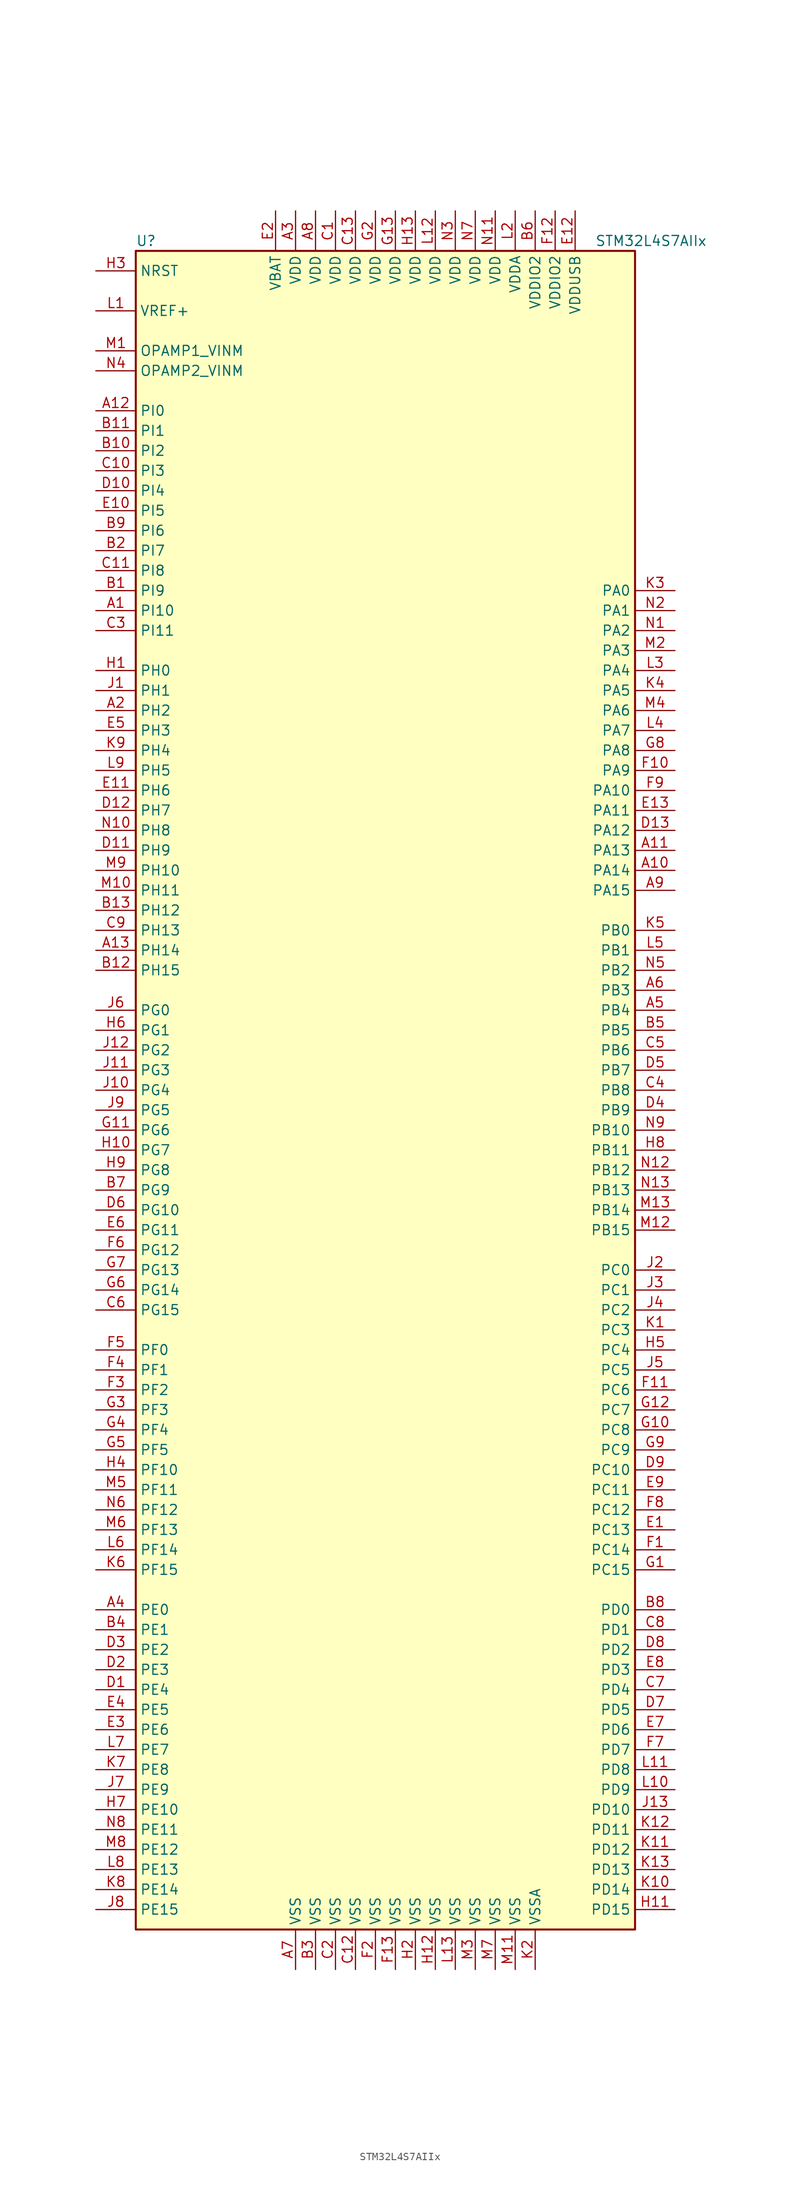
<source format=kicad_sym>
(kicad_symbol_lib
  (version 20201005)
  (generator kicad_symbol_editor)
  (symbol "STM32L4S7AIIx"
    (property "Reference" "U"
      (at -33.02 107.95 0)
      (effects (font (size 1.27 1.27)) (justify left)))
    (property "Value" "STM32L4S7AIIx"
      (at 25.4 107.95 0)
      (effects (font (size 1.27 1.27)) (justify left)))
    (symbol "STM32L4S7AIIx_0_1"
      (rectangle (start -33.02 -106.68) (end 30.48 106.68) (stroke (width 0.254)) (fill (type background))))
    (symbol "STM32L4S7AIIx_1_1"
      (pin bidirectional line (at -38.1 60.96 0) (length 5.08) (name "PI10" (effects (font (size 1.27 1.27)))) (number "A1" (effects (font (size 1.27 1.27)))))
      (pin bidirectional line (at 35.56 27.94 180) (length 5.08) (name "PA14" (effects (font (size 1.27 1.27)))) (number "A10" (effects (font (size 1.27 1.27)))))
      (pin bidirectional line (at 35.56 30.48 180) (length 5.08) (name "PA13" (effects (font (size 1.27 1.27)))) (number "A11" (effects (font (size 1.27 1.27)))))
      (pin bidirectional line (at -38.1 86.36 0) (length 5.08) (name "PI0" (effects (font (size 1.27 1.27)))) (number "A12" (effects (font (size 1.27 1.27)))))
      (pin bidirectional line (at -38.1 17.78 0) (length 5.08) (name "PH14" (effects (font (size 1.27 1.27)))) (number "A13" (effects (font (size 1.27 1.27)))))
      (pin bidirectional line (at -38.1 48.26 0) (length 5.08) (name "PH2" (effects (font (size 1.27 1.27)))) (number "A2" (effects (font (size 1.27 1.27)))))
      (pin power_in line (at -12.7 111.76 270) (length 5.08) (name "VDD" (effects (font (size 1.27 1.27)))) (number "A3" (effects (font (size 1.27 1.27)))))
      (pin bidirectional line (at -38.1 -66.04 0) (length 5.08) (name "PE0" (effects (font (size 1.27 1.27)))) (number "A4" (effects (font (size 1.27 1.27)))))
      (pin bidirectional line (at 35.56 10.16 180) (length 5.08) (name "PB4" (effects (font (size 1.27 1.27)))) (number "A5" (effects (font (size 1.27 1.27)))))
      (pin bidirectional line (at 35.56 12.7 180) (length 5.08) (name "PB3" (effects (font (size 1.27 1.27)))) (number "A6" (effects (font (size 1.27 1.27)))))
      (pin power_in line (at -12.7 -111.76 90) (length 5.08) (name "VSS" (effects (font (size 1.27 1.27)))) (number "A7" (effects (font (size 1.27 1.27)))))
      (pin power_in line (at -10.16 111.76 270) (length 5.08) (name "VDD" (effects (font (size 1.27 1.27)))) (number "A8" (effects (font (size 1.27 1.27)))))
      (pin bidirectional line (at 35.56 25.4 180) (length 5.08) (name "PA15" (effects (font (size 1.27 1.27)))) (number "A9" (effects (font (size 1.27 1.27)))))
      (pin bidirectional line (at -38.1 63.5 0) (length 5.08) (name "PI9" (effects (font (size 1.27 1.27)))) (number "B1" (effects (font (size 1.27 1.27)))))
      (pin bidirectional line (at -38.1 81.28 0) (length 5.08) (name "PI2" (effects (font (size 1.27 1.27)))) (number "B10" (effects (font (size 1.27 1.27)))))
      (pin bidirectional line (at -38.1 83.82 0) (length 5.08) (name "PI1" (effects (font (size 1.27 1.27)))) (number "B11" (effects (font (size 1.27 1.27)))))
      (pin bidirectional line (at -38.1 15.24 0) (length 5.08) (name "PH15" (effects (font (size 1.27 1.27)))) (number "B12" (effects (font (size 1.27 1.27)))))
      (pin bidirectional line (at -38.1 22.86 0) (length 5.08) (name "PH12" (effects (font (size 1.27 1.27)))) (number "B13" (effects (font (size 1.27 1.27)))))
      (pin bidirectional line (at -38.1 68.58 0) (length 5.08) (name "PI7" (effects (font (size 1.27 1.27)))) (number "B2" (effects (font (size 1.27 1.27)))))
      (pin power_in line (at -10.16 -111.76 90) (length 5.08) (name "VSS" (effects (font (size 1.27 1.27)))) (number "B3" (effects (font (size 1.27 1.27)))))
      (pin bidirectional line (at -38.1 -68.58 0) (length 5.08) (name "PE1" (effects (font (size 1.27 1.27)))) (number "B4" (effects (font (size 1.27 1.27)))))
      (pin bidirectional line (at 35.56 7.62 180) (length 5.08) (name "PB5" (effects (font (size 1.27 1.27)))) (number "B5" (effects (font (size 1.27 1.27)))))
      (pin power_in line (at 17.78 111.76 270) (length 5.08) (name "VDDIO2" (effects (font (size 1.27 1.27)))) (number "B6" (effects (font (size 1.27 1.27)))))
      (pin bidirectional line (at -38.1 -12.7 0) (length 5.08) (name "PG9" (effects (font (size 1.27 1.27)))) (number "B7" (effects (font (size 1.27 1.27)))))
      (pin bidirectional line (at 35.56 -66.04 180) (length 5.08) (name "PD0" (effects (font (size 1.27 1.27)))) (number "B8" (effects (font (size 1.27 1.27)))))
      (pin bidirectional line (at -38.1 71.12 0) (length 5.08) (name "PI6" (effects (font (size 1.27 1.27)))) (number "B9" (effects (font (size 1.27 1.27)))))
      (pin power_in line (at -7.62 111.76 270) (length 5.08) (name "VDD" (effects (font (size 1.27 1.27)))) (number "C1" (effects (font (size 1.27 1.27)))))
      (pin bidirectional line (at -38.1 78.74 0) (length 5.08) (name "PI3" (effects (font (size 1.27 1.27)))) (number "C10" (effects (font (size 1.27 1.27)))))
      (pin bidirectional line (at -38.1 66.04 0) (length 5.08) (name "PI8" (effects (font (size 1.27 1.27)))) (number "C11" (effects (font (size 1.27 1.27)))))
      (pin power_in line (at -5.08 -111.76 90) (length 5.08) (name "VSS" (effects (font (size 1.27 1.27)))) (number "C12" (effects (font (size 1.27 1.27)))))
      (pin power_in line (at -5.08 111.76 270) (length 5.08) (name "VDD" (effects (font (size 1.27 1.27)))) (number "C13" (effects (font (size 1.27 1.27)))))
      (pin power_in line (at -7.62 -111.76 90) (length 5.08) (name "VSS" (effects (font (size 1.27 1.27)))) (number "C2" (effects (font (size 1.27 1.27)))))
      (pin bidirectional line (at -38.1 58.42 0) (length 5.08) (name "PI11" (effects (font (size 1.27 1.27)))) (number "C3" (effects (font (size 1.27 1.27)))))
      (pin bidirectional line (at 35.56 0 180) (length 5.08) (name "PB8" (effects (font (size 1.27 1.27)))) (number "C4" (effects (font (size 1.27 1.27)))))
      (pin bidirectional line (at 35.56 5.08 180) (length 5.08) (name "PB6" (effects (font (size 1.27 1.27)))) (number "C5" (effects (font (size 1.27 1.27)))))
      (pin bidirectional line (at -38.1 -27.94 0) (length 5.08) (name "PG15" (effects (font (size 1.27 1.27)))) (number "C6" (effects (font (size 1.27 1.27)))))
      (pin bidirectional line (at 35.56 -76.2 180) (length 5.08) (name "PD4" (effects (font (size 1.27 1.27)))) (number "C7" (effects (font (size 1.27 1.27)))))
      (pin bidirectional line (at 35.56 -68.58 180) (length 5.08) (name "PD1" (effects (font (size 1.27 1.27)))) (number "C8" (effects (font (size 1.27 1.27)))))
      (pin bidirectional line (at -38.1 20.32 0) (length 5.08) (name "PH13" (effects (font (size 1.27 1.27)))) (number "C9" (effects (font (size 1.27 1.27)))))
      (pin bidirectional line (at -38.1 -76.2 0) (length 5.08) (name "PE4" (effects (font (size 1.27 1.27)))) (number "D1" (effects (font (size 1.27 1.27)))))
      (pin bidirectional line (at -38.1 76.2 0) (length 5.08) (name "PI4" (effects (font (size 1.27 1.27)))) (number "D10" (effects (font (size 1.27 1.27)))))
      (pin bidirectional line (at -38.1 30.48 0) (length 5.08) (name "PH9" (effects (font (size 1.27 1.27)))) (number "D11" (effects (font (size 1.27 1.27)))))
      (pin bidirectional line (at -38.1 35.56 0) (length 5.08) (name "PH7" (effects (font (size 1.27 1.27)))) (number "D12" (effects (font (size 1.27 1.27)))))
      (pin bidirectional line (at 35.56 33.02 180) (length 5.08) (name "PA12" (effects (font (size 1.27 1.27)))) (number "D13" (effects (font (size 1.27 1.27)))))
      (pin bidirectional line (at -38.1 -73.66 0) (length 5.08) (name "PE3" (effects (font (size 1.27 1.27)))) (number "D2" (effects (font (size 1.27 1.27)))))
      (pin bidirectional line (at -38.1 -71.12 0) (length 5.08) (name "PE2" (effects (font (size 1.27 1.27)))) (number "D3" (effects (font (size 1.27 1.27)))))
      (pin bidirectional line (at 35.56 -2.54 180) (length 5.08) (name "PB9" (effects (font (size 1.27 1.27)))) (number "D4" (effects (font (size 1.27 1.27)))))
      (pin bidirectional line (at 35.56 2.54 180) (length 5.08) (name "PB7" (effects (font (size 1.27 1.27)))) (number "D5" (effects (font (size 1.27 1.27)))))
      (pin bidirectional line (at -38.1 -15.24 0) (length 5.08) (name "PG10" (effects (font (size 1.27 1.27)))) (number "D6" (effects (font (size 1.27 1.27)))))
      (pin bidirectional line (at 35.56 -78.74 180) (length 5.08) (name "PD5" (effects (font (size 1.27 1.27)))) (number "D7" (effects (font (size 1.27 1.27)))))
      (pin bidirectional line (at 35.56 -71.12 180) (length 5.08) (name "PD2" (effects (font (size 1.27 1.27)))) (number "D8" (effects (font (size 1.27 1.27)))))
      (pin bidirectional line (at 35.56 -48.26 180) (length 5.08) (name "PC10" (effects (font (size 1.27 1.27)))) (number "D9" (effects (font (size 1.27 1.27)))))
      (pin bidirectional line (at 35.56 -55.88 180) (length 5.08) (name "PC13" (effects (font (size 1.27 1.27)))) (number "E1" (effects (font (size 1.27 1.27)))))
      (pin bidirectional line (at -38.1 73.66 0) (length 5.08) (name "PI5" (effects (font (size 1.27 1.27)))) (number "E10" (effects (font (size 1.27 1.27)))))
      (pin bidirectional line (at -38.1 38.1 0) (length 5.08) (name "PH6" (effects (font (size 1.27 1.27)))) (number "E11" (effects (font (size 1.27 1.27)))))
      (pin power_in line (at 22.86 111.76 270) (length 5.08) (name "VDDUSB" (effects (font (size 1.27 1.27)))) (number "E12" (effects (font (size 1.27 1.27)))))
      (pin bidirectional line (at 35.56 35.56 180) (length 5.08) (name "PA11" (effects (font (size 1.27 1.27)))) (number "E13" (effects (font (size 1.27 1.27)))))
      (pin power_in line (at -15.24 111.76 270) (length 5.08) (name "VBAT" (effects (font (size 1.27 1.27)))) (number "E2" (effects (font (size 1.27 1.27)))))
      (pin bidirectional line (at -38.1 -81.28 0) (length 5.08) (name "PE6" (effects (font (size 1.27 1.27)))) (number "E3" (effects (font (size 1.27 1.27)))))
      (pin bidirectional line (at -38.1 -78.74 0) (length 5.08) (name "PE5" (effects (font (size 1.27 1.27)))) (number "E4" (effects (font (size 1.27 1.27)))))
      (pin bidirectional line (at -38.1 45.72 0) (length 5.08) (name "PH3" (effects (font (size 1.27 1.27)))) (number "E5" (effects (font (size 1.27 1.27)))))
      (pin bidirectional line (at -38.1 -17.78 0) (length 5.08) (name "PG11" (effects (font (size 1.27 1.27)))) (number "E6" (effects (font (size 1.27 1.27)))))
      (pin bidirectional line (at 35.56 -81.28 180) (length 5.08) (name "PD6" (effects (font (size 1.27 1.27)))) (number "E7" (effects (font (size 1.27 1.27)))))
      (pin bidirectional line (at 35.56 -73.66 180) (length 5.08) (name "PD3" (effects (font (size 1.27 1.27)))) (number "E8" (effects (font (size 1.27 1.27)))))
      (pin bidirectional line (at 35.56 -50.8 180) (length 5.08) (name "PC11" (effects (font (size 1.27 1.27)))) (number "E9" (effects (font (size 1.27 1.27)))))
      (pin bidirectional line (at 35.56 -58.42 180) (length 5.08) (name "PC14" (effects (font (size 1.27 1.27)))) (number "F1" (effects (font (size 1.27 1.27)))))
      (pin bidirectional line (at 35.56 40.64 180) (length 5.08) (name "PA9" (effects (font (size 1.27 1.27)))) (number "F10" (effects (font (size 1.27 1.27)))))
      (pin bidirectional line (at 35.56 -38.1 180) (length 5.08) (name "PC6" (effects (font (size 1.27 1.27)))) (number "F11" (effects (font (size 1.27 1.27)))))
      (pin power_in line (at 20.32 111.76 270) (length 5.08) (name "VDDIO2" (effects (font (size 1.27 1.27)))) (number "F12" (effects (font (size 1.27 1.27)))))
      (pin power_in line (at 0 -111.76 90) (length 5.08) (name "VSS" (effects (font (size 1.27 1.27)))) (number "F13" (effects (font (size 1.27 1.27)))))
      (pin power_in line (at -2.54 -111.76 90) (length 5.08) (name "VSS" (effects (font (size 1.27 1.27)))) (number "F2" (effects (font (size 1.27 1.27)))))
      (pin bidirectional line (at -38.1 -38.1 0) (length 5.08) (name "PF2" (effects (font (size 1.27 1.27)))) (number "F3" (effects (font (size 1.27 1.27)))))
      (pin bidirectional line (at -38.1 -35.56 0) (length 5.08) (name "PF1" (effects (font (size 1.27 1.27)))) (number "F4" (effects (font (size 1.27 1.27)))))
      (pin bidirectional line (at -38.1 -33.02 0) (length 5.08) (name "PF0" (effects (font (size 1.27 1.27)))) (number "F5" (effects (font (size 1.27 1.27)))))
      (pin bidirectional line (at -38.1 -20.32 0) (length 5.08) (name "PG12" (effects (font (size 1.27 1.27)))) (number "F6" (effects (font (size 1.27 1.27)))))
      (pin bidirectional line (at 35.56 -83.82 180) (length 5.08) (name "PD7" (effects (font (size 1.27 1.27)))) (number "F7" (effects (font (size 1.27 1.27)))))
      (pin bidirectional line (at 35.56 -53.34 180) (length 5.08) (name "PC12" (effects (font (size 1.27 1.27)))) (number "F8" (effects (font (size 1.27 1.27)))))
      (pin bidirectional line (at 35.56 38.1 180) (length 5.08) (name "PA10" (effects (font (size 1.27 1.27)))) (number "F9" (effects (font (size 1.27 1.27)))))
      (pin bidirectional line (at 35.56 -60.96 180) (length 5.08) (name "PC15" (effects (font (size 1.27 1.27)))) (number "G1" (effects (font (size 1.27 1.27)))))
      (pin bidirectional line (at 35.56 -43.18 180) (length 5.08) (name "PC8" (effects (font (size 1.27 1.27)))) (number "G10" (effects (font (size 1.27 1.27)))))
      (pin bidirectional line (at -38.1 -5.08 0) (length 5.08) (name "PG6" (effects (font (size 1.27 1.27)))) (number "G11" (effects (font (size 1.27 1.27)))))
      (pin bidirectional line (at 35.56 -40.64 180) (length 5.08) (name "PC7" (effects (font (size 1.27 1.27)))) (number "G12" (effects (font (size 1.27 1.27)))))
      (pin power_in line (at 0 111.76 270) (length 5.08) (name "VDD" (effects (font (size 1.27 1.27)))) (number "G13" (effects (font (size 1.27 1.27)))))
      (pin power_in line (at -2.54 111.76 270) (length 5.08) (name "VDD" (effects (font (size 1.27 1.27)))) (number "G2" (effects (font (size 1.27 1.27)))))
      (pin bidirectional line (at -38.1 -40.64 0) (length 5.08) (name "PF3" (effects (font (size 1.27 1.27)))) (number "G3" (effects (font (size 1.27 1.27)))))
      (pin bidirectional line (at -38.1 -43.18 0) (length 5.08) (name "PF4" (effects (font (size 1.27 1.27)))) (number "G4" (effects (font (size 1.27 1.27)))))
      (pin bidirectional line (at -38.1 -45.72 0) (length 5.08) (name "PF5" (effects (font (size 1.27 1.27)))) (number "G5" (effects (font (size 1.27 1.27)))))
      (pin bidirectional line (at -38.1 -25.4 0) (length 5.08) (name "PG14" (effects (font (size 1.27 1.27)))) (number "G6" (effects (font (size 1.27 1.27)))))
      (pin bidirectional line (at -38.1 -22.86 0) (length 5.08) (name "PG13" (effects (font (size 1.27 1.27)))) (number "G7" (effects (font (size 1.27 1.27)))))
      (pin bidirectional line (at 35.56 43.18 180) (length 5.08) (name "PA8" (effects (font (size 1.27 1.27)))) (number "G8" (effects (font (size 1.27 1.27)))))
      (pin bidirectional line (at 35.56 -45.72 180) (length 5.08) (name "PC9" (effects (font (size 1.27 1.27)))) (number "G9" (effects (font (size 1.27 1.27)))))
      (pin input line (at -38.1 53.34 0) (length 5.08) (name "PH0" (effects (font (size 1.27 1.27)))) (number "H1" (effects (font (size 1.27 1.27)))))
      (pin bidirectional line (at -38.1 -7.62 0) (length 5.08) (name "PG7" (effects (font (size 1.27 1.27)))) (number "H10" (effects (font (size 1.27 1.27)))))
      (pin bidirectional line (at 35.56 -104.14 180) (length 5.08) (name "PD15" (effects (font (size 1.27 1.27)))) (number "H11" (effects (font (size 1.27 1.27)))))
      (pin power_in line (at 5.08 -111.76 90) (length 5.08) (name "VSS" (effects (font (size 1.27 1.27)))) (number "H12" (effects (font (size 1.27 1.27)))))
      (pin power_in line (at 2.54 111.76 270) (length 5.08) (name "VDD" (effects (font (size 1.27 1.27)))) (number "H13" (effects (font (size 1.27 1.27)))))
      (pin power_in line (at 2.54 -111.76 90) (length 5.08) (name "VSS" (effects (font (size 1.27 1.27)))) (number "H2" (effects (font (size 1.27 1.27)))))
      (pin input line (at -38.1 104.14 0) (length 5.08) (name "NRST" (effects (font (size 1.27 1.27)))) (number "H3" (effects (font (size 1.27 1.27)))))
      (pin bidirectional line (at -38.1 -48.26 0) (length 5.08) (name "PF10" (effects (font (size 1.27 1.27)))) (number "H4" (effects (font (size 1.27 1.27)))))
      (pin bidirectional line (at 35.56 -33.02 180) (length 5.08) (name "PC4" (effects (font (size 1.27 1.27)))) (number "H5" (effects (font (size 1.27 1.27)))))
      (pin bidirectional line (at -38.1 7.62 0) (length 5.08) (name "PG1" (effects (font (size 1.27 1.27)))) (number "H6" (effects (font (size 1.27 1.27)))))
      (pin bidirectional line (at -38.1 -91.44 0) (length 5.08) (name "PE10" (effects (font (size 1.27 1.27)))) (number "H7" (effects (font (size 1.27 1.27)))))
      (pin bidirectional line (at 35.56 -7.62 180) (length 5.08) (name "PB11" (effects (font (size 1.27 1.27)))) (number "H8" (effects (font (size 1.27 1.27)))))
      (pin bidirectional line (at -38.1 -10.16 0) (length 5.08) (name "PG8" (effects (font (size 1.27 1.27)))) (number "H9" (effects (font (size 1.27 1.27)))))
      (pin input line (at -38.1 50.8 0) (length 5.08) (name "PH1" (effects (font (size 1.27 1.27)))) (number "J1" (effects (font (size 1.27 1.27)))))
      (pin bidirectional line (at -38.1 0 0) (length 5.08) (name "PG4" (effects (font (size 1.27 1.27)))) (number "J10" (effects (font (size 1.27 1.27)))))
      (pin bidirectional line (at -38.1 2.54 0) (length 5.08) (name "PG3" (effects (font (size 1.27 1.27)))) (number "J11" (effects (font (size 1.27 1.27)))))
      (pin bidirectional line (at -38.1 5.08 0) (length 5.08) (name "PG2" (effects (font (size 1.27 1.27)))) (number "J12" (effects (font (size 1.27 1.27)))))
      (pin bidirectional line (at 35.56 -91.44 180) (length 5.08) (name "PD10" (effects (font (size 1.27 1.27)))) (number "J13" (effects (font (size 1.27 1.27)))))
      (pin bidirectional line (at 35.56 -22.86 180) (length 5.08) (name "PC0" (effects (font (size 1.27 1.27)))) (number "J2" (effects (font (size 1.27 1.27)))))
      (pin bidirectional line (at 35.56 -25.4 180) (length 5.08) (name "PC1" (effects (font (size 1.27 1.27)))) (number "J3" (effects (font (size 1.27 1.27)))))
      (pin bidirectional line (at 35.56 -27.94 180) (length 5.08) (name "PC2" (effects (font (size 1.27 1.27)))) (number "J4" (effects (font (size 1.27 1.27)))))
      (pin bidirectional line (at 35.56 -35.56 180) (length 5.08) (name "PC5" (effects (font (size 1.27 1.27)))) (number "J5" (effects (font (size 1.27 1.27)))))
      (pin bidirectional line (at -38.1 10.16 0) (length 5.08) (name "PG0" (effects (font (size 1.27 1.27)))) (number "J6" (effects (font (size 1.27 1.27)))))
      (pin bidirectional line (at -38.1 -88.9 0) (length 5.08) (name "PE9" (effects (font (size 1.27 1.27)))) (number "J7" (effects (font (size 1.27 1.27)))))
      (pin bidirectional line (at -38.1 -104.14 0) (length 5.08) (name "PE15" (effects (font (size 1.27 1.27)))) (number "J8" (effects (font (size 1.27 1.27)))))
      (pin bidirectional line (at -38.1 -2.54 0) (length 5.08) (name "PG5" (effects (font (size 1.27 1.27)))) (number "J9" (effects (font (size 1.27 1.27)))))
      (pin bidirectional line (at 35.56 -30.48 180) (length 5.08) (name "PC3" (effects (font (size 1.27 1.27)))) (number "K1" (effects (font (size 1.27 1.27)))))
      (pin bidirectional line (at 35.56 -101.6 180) (length 5.08) (name "PD14" (effects (font (size 1.27 1.27)))) (number "K10" (effects (font (size 1.27 1.27)))))
      (pin bidirectional line (at 35.56 -96.52 180) (length 5.08) (name "PD12" (effects (font (size 1.27 1.27)))) (number "K11" (effects (font (size 1.27 1.27)))))
      (pin bidirectional line (at 35.56 -93.98 180) (length 5.08) (name "PD11" (effects (font (size 1.27 1.27)))) (number "K12" (effects (font (size 1.27 1.27)))))
      (pin bidirectional line (at 35.56 -99.06 180) (length 5.08) (name "PD13" (effects (font (size 1.27 1.27)))) (number "K13" (effects (font (size 1.27 1.27)))))
      (pin power_in line (at 17.78 -111.76 90) (length 5.08) (name "VSSA" (effects (font (size 1.27 1.27)))) (number "K2" (effects (font (size 1.27 1.27)))))
      (pin bidirectional line (at 35.56 63.5 180) (length 5.08) (name "PA0" (effects (font (size 1.27 1.27)))) (number "K3" (effects (font (size 1.27 1.27)))))
      (pin bidirectional line (at 35.56 50.8 180) (length 5.08) (name "PA5" (effects (font (size 1.27 1.27)))) (number "K4" (effects (font (size 1.27 1.27)))))
      (pin bidirectional line (at 35.56 20.32 180) (length 5.08) (name "PB0" (effects (font (size 1.27 1.27)))) (number "K5" (effects (font (size 1.27 1.27)))))
      (pin bidirectional line (at -38.1 -60.96 0) (length 5.08) (name "PF15" (effects (font (size 1.27 1.27)))) (number "K6" (effects (font (size 1.27 1.27)))))
      (pin bidirectional line (at -38.1 -86.36 0) (length 5.08) (name "PE8" (effects (font (size 1.27 1.27)))) (number "K7" (effects (font (size 1.27 1.27)))))
      (pin bidirectional line (at -38.1 -101.6 0) (length 5.08) (name "PE14" (effects (font (size 1.27 1.27)))) (number "K8" (effects (font (size 1.27 1.27)))))
      (pin bidirectional line (at -38.1 43.18 0) (length 5.08) (name "PH4" (effects (font (size 1.27 1.27)))) (number "K9" (effects (font (size 1.27 1.27)))))
      (pin bidirectional line (at -38.1 99.06 0) (length 5.08) (name "VREF+" (effects (font (size 1.27 1.27)))) (number "L1" (effects (font (size 1.27 1.27)))))
      (pin bidirectional line (at 35.56 -88.9 180) (length 5.08) (name "PD9" (effects (font (size 1.27 1.27)))) (number "L10" (effects (font (size 1.27 1.27)))))
      (pin bidirectional line (at 35.56 -86.36 180) (length 5.08) (name "PD8" (effects (font (size 1.27 1.27)))) (number "L11" (effects (font (size 1.27 1.27)))))
      (pin power_in line (at 5.08 111.76 270) (length 5.08) (name "VDD" (effects (font (size 1.27 1.27)))) (number "L12" (effects (font (size 1.27 1.27)))))
      (pin power_in line (at 7.62 -111.76 90) (length 5.08) (name "VSS" (effects (font (size 1.27 1.27)))) (number "L13" (effects (font (size 1.27 1.27)))))
      (pin power_in line (at 15.24 111.76 270) (length 5.08) (name "VDDA" (effects (font (size 1.27 1.27)))) (number "L2" (effects (font (size 1.27 1.27)))))
      (pin bidirectional line (at 35.56 53.34 180) (length 5.08) (name "PA4" (effects (font (size 1.27 1.27)))) (number "L3" (effects (font (size 1.27 1.27)))))
      (pin bidirectional line (at 35.56 45.72 180) (length 5.08) (name "PA7" (effects (font (size 1.27 1.27)))) (number "L4" (effects (font (size 1.27 1.27)))))
      (pin bidirectional line (at 35.56 17.78 180) (length 5.08) (name "PB1" (effects (font (size 1.27 1.27)))) (number "L5" (effects (font (size 1.27 1.27)))))
      (pin bidirectional line (at -38.1 -58.42 0) (length 5.08) (name "PF14" (effects (font (size 1.27 1.27)))) (number "L6" (effects (font (size 1.27 1.27)))))
      (pin bidirectional line (at -38.1 -83.82 0) (length 5.08) (name "PE7" (effects (font (size 1.27 1.27)))) (number "L7" (effects (font (size 1.27 1.27)))))
      (pin bidirectional line (at -38.1 -99.06 0) (length 5.08) (name "PE13" (effects (font (size 1.27 1.27)))) (number "L8" (effects (font (size 1.27 1.27)))))
      (pin bidirectional line (at -38.1 40.64 0) (length 5.08) (name "PH5" (effects (font (size 1.27 1.27)))) (number "L9" (effects (font (size 1.27 1.27)))))
      (pin bidirectional line (at -38.1 93.98 0) (length 5.08) (name "OPAMP1_VINM" (effects (font (size 1.27 1.27)))) (number "M1" (effects (font (size 1.27 1.27)))))
      (pin bidirectional line (at -38.1 25.4 0) (length 5.08) (name "PH11" (effects (font (size 1.27 1.27)))) (number "M10" (effects (font (size 1.27 1.27)))))
      (pin power_in line (at 15.24 -111.76 90) (length 5.08) (name "VSS" (effects (font (size 1.27 1.27)))) (number "M11" (effects (font (size 1.27 1.27)))))
      (pin bidirectional line (at 35.56 -17.78 180) (length 5.08) (name "PB15" (effects (font (size 1.27 1.27)))) (number "M12" (effects (font (size 1.27 1.27)))))
      (pin bidirectional line (at 35.56 -15.24 180) (length 5.08) (name "PB14" (effects (font (size 1.27 1.27)))) (number "M13" (effects (font (size 1.27 1.27)))))
      (pin bidirectional line (at 35.56 55.88 180) (length 5.08) (name "PA3" (effects (font (size 1.27 1.27)))) (number "M2" (effects (font (size 1.27 1.27)))))
      (pin power_in line (at 10.16 -111.76 90) (length 5.08) (name "VSS" (effects (font (size 1.27 1.27)))) (number "M3" (effects (font (size 1.27 1.27)))))
      (pin bidirectional line (at 35.56 48.26 180) (length 5.08) (name "PA6" (effects (font (size 1.27 1.27)))) (number "M4" (effects (font (size 1.27 1.27)))))
      (pin bidirectional line (at -38.1 -50.8 0) (length 5.08) (name "PF11" (effects (font (size 1.27 1.27)))) (number "M5" (effects (font (size 1.27 1.27)))))
      (pin bidirectional line (at -38.1 -55.88 0) (length 5.08) (name "PF13" (effects (font (size 1.27 1.27)))) (number "M6" (effects (font (size 1.27 1.27)))))
      (pin power_in line (at 12.7 -111.76 90) (length 5.08) (name "VSS" (effects (font (size 1.27 1.27)))) (number "M7" (effects (font (size 1.27 1.27)))))
      (pin bidirectional line (at -38.1 -96.52 0) (length 5.08) (name "PE12" (effects (font (size 1.27 1.27)))) (number "M8" (effects (font (size 1.27 1.27)))))
      (pin bidirectional line (at -38.1 27.94 0) (length 5.08) (name "PH10" (effects (font (size 1.27 1.27)))) (number "M9" (effects (font (size 1.27 1.27)))))
      (pin bidirectional line (at 35.56 58.42 180) (length 5.08) (name "PA2" (effects (font (size 1.27 1.27)))) (number "N1" (effects (font (size 1.27 1.27)))))
      (pin bidirectional line (at -38.1 33.02 0) (length 5.08) (name "PH8" (effects (font (size 1.27 1.27)))) (number "N10" (effects (font (size 1.27 1.27)))))
      (pin power_in line (at 12.7 111.76 270) (length 5.08) (name "VDD" (effects (font (size 1.27 1.27)))) (number "N11" (effects (font (size 1.27 1.27)))))
      (pin bidirectional line (at 35.56 -10.16 180) (length 5.08) (name "PB12" (effects (font (size 1.27 1.27)))) (number "N12" (effects (font (size 1.27 1.27)))))
      (pin bidirectional line (at 35.56 -12.7 180) (length 5.08) (name "PB13" (effects (font (size 1.27 1.27)))) (number "N13" (effects (font (size 1.27 1.27)))))
      (pin bidirectional line (at 35.56 60.96 180) (length 5.08) (name "PA1" (effects (font (size 1.27 1.27)))) (number "N2" (effects (font (size 1.27 1.27)))))
      (pin power_in line (at 7.62 111.76 270) (length 5.08) (name "VDD" (effects (font (size 1.27 1.27)))) (number "N3" (effects (font (size 1.27 1.27)))))
      (pin bidirectional line (at -38.1 91.44 0) (length 5.08) (name "OPAMP2_VINM" (effects (font (size 1.27 1.27)))) (number "N4" (effects (font (size 1.27 1.27)))))
      (pin bidirectional line (at 35.56 15.24 180) (length 5.08) (name "PB2" (effects (font (size 1.27 1.27)))) (number "N5" (effects (font (size 1.27 1.27)))))
      (pin bidirectional line (at -38.1 -53.34 0) (length 5.08) (name "PF12" (effects (font (size 1.27 1.27)))) (number "N6" (effects (font (size 1.27 1.27)))))
      (pin power_in line (at 10.16 111.76 270) (length 5.08) (name "VDD" (effects (font (size 1.27 1.27)))) (number "N7" (effects (font (size 1.27 1.27)))))
      (pin bidirectional line (at -38.1 -93.98 0) (length 5.08) (name "PE11" (effects (font (size 1.27 1.27)))) (number "N8" (effects (font (size 1.27 1.27)))))
      (pin bidirectional line (at 35.56 -5.08 180) (length 5.08) (name "PB10" (effects (font (size 1.27 1.27)))) (number "N9" (effects (font (size 1.27 1.27))))))))
</source>
